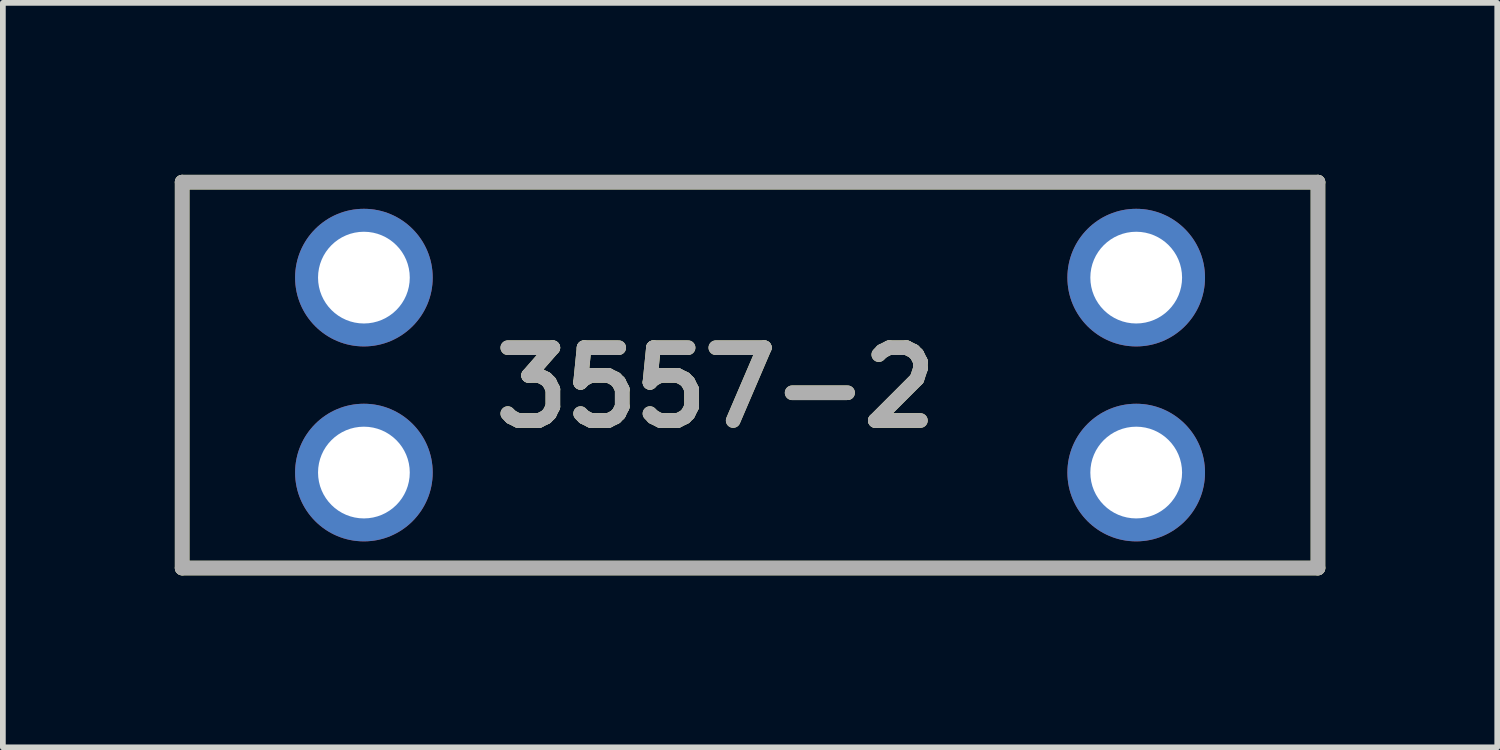
<source format=kicad_pcb>
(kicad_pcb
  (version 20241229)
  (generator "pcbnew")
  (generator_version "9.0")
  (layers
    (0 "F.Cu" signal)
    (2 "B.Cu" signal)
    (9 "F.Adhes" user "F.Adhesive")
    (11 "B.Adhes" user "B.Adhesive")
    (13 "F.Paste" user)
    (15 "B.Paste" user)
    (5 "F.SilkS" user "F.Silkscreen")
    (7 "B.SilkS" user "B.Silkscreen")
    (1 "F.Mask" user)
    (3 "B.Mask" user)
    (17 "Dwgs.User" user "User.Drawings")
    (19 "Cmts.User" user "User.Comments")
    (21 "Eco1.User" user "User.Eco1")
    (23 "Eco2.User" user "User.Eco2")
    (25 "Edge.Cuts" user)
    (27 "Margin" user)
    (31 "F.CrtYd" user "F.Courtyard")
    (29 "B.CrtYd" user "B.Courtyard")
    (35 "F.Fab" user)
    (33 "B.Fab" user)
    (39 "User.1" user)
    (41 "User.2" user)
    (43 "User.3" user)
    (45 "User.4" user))
  (footprint "3557-2"
    (layer "F.Cu")
    (at 10.032 3.492)
    (property "Reference" "3557-2" (at -0.597 0.218 0) (layer "F.SilkS") (effects (font (size 1.27 1.27) (thickness 0.254))))
    (attr through_hole)
    (fp_line (start -9.905 -3.365) (end -9.905 3.365) (stroke (width 0.254) (type solid)) (layer "F.SilkS"))
    (fp_line (start -9.905 3.365) (end 9.905 3.365) (stroke (width 0.254) (type solid)) (layer "F.SilkS"))
    (fp_line (start 9.905 -3.365) (end -9.905 -3.365) (stroke (width 0.254) (type solid)) (layer "F.SilkS"))
    (fp_line (start 9.905 3.365) (end 9.905 -3.365) (stroke (width 0.254) (type solid)) (layer "F.SilkS"))
    (fp_line (start -9.905 -3.365) (end 9.905 -3.365) (stroke (width 0.254) (type solid)) (layer "F.Fab"))
    (fp_line (start -9.905 3.365) (end -9.905 -3.365) (stroke (width 0.254) (type solid)) (layer "F.Fab"))
    (fp_line (start 9.905 -3.365) (end 9.905 3.365) (stroke (width 0.254) (type solid)) (layer "F.Fab"))
    (fp_line (start 9.905 3.365) (end -9.905 3.365) (stroke (width 0.254) (type solid)) (layer "F.Fab"))
    (fp_text user "${REFERENCE}" (at -0.597 0.218 0) (layer "F.Fab") (effects (font (size 1.27 1.27) (thickness 0.254))))
    (pad "1" thru_hole circle (at -6.735 -1.7) (size 2.4 2.4) (drill 1.6) (layers "*.Cu" "*.Mask"))
    (pad "1" thru_hole circle (at -6.735 1.7) (size 2.4 2.4) (drill 1.6) (layers "*.Cu" "*.Mask"))
    (pad "2" thru_hole circle (at 6.735 -1.7) (size 2.4 2.4) (drill 1.6) (layers "*.Cu" "*.Mask"))
    (pad "2" thru_hole circle (at 6.735 1.7) (size 2.4 2.4) (drill 1.6) (layers "*.Cu" "*.Mask")))
  (gr_rect
    (start -3 -3)
    (end 23.064 9.984)
    (stroke (width 0.1) (type default))
    (fill no)
    (layer "Edge.Cuts")))
</source>
